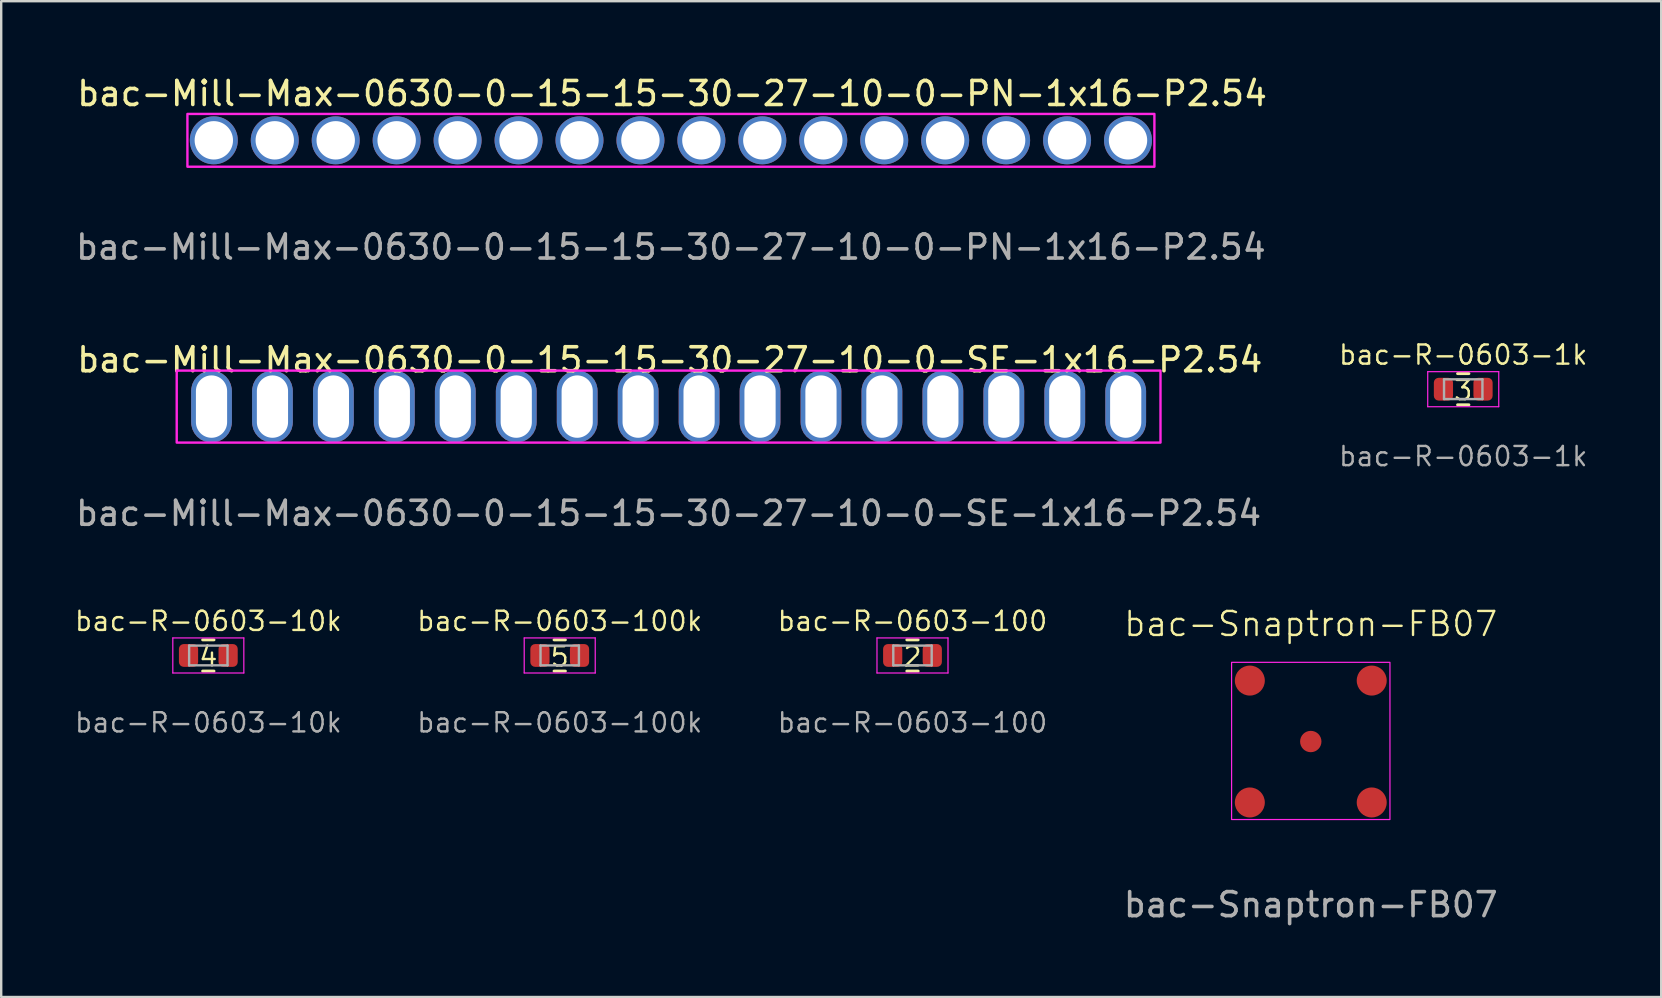
<source format=kicad_pcb>
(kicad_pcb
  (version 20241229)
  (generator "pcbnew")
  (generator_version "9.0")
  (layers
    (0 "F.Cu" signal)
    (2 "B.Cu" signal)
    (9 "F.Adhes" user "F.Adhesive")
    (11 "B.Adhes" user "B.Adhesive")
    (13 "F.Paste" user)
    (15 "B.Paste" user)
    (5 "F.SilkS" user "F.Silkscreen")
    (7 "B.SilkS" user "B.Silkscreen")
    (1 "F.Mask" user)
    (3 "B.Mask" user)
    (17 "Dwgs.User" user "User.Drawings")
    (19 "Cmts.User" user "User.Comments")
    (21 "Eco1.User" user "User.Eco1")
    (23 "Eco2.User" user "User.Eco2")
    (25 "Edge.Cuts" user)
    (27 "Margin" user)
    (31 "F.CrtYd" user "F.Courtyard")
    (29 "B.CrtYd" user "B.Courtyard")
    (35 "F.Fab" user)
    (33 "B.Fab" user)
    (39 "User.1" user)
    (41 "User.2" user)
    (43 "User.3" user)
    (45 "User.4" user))
  (footprint "bac-R-0603-100k"
    (layer "F.Cu")
    (at 20.277 24.267)
    (property "Reference" "bac-R-0603-100k" (at 0 -1.43 0) (layer "F.SilkS") (effects (font (size 0.8 0.8) (thickness 0.1))))
    (attr smd)
    (fp_line (start -0.237 -0.65) (end 0.237 -0.65) (stroke (width 0.12) (type solid)) (layer "F.SilkS"))
    (fp_line (start -0.237 0.65) (end 0.237 0.65) (stroke (width 0.12) (type solid)) (layer "F.SilkS"))
    (fp_line (start -1.48 -0.73) (end 1.48 -0.73) (stroke (width 0.05) (type solid)) (layer "F.CrtYd"))
    (fp_line (start -1.48 0.73) (end -1.48 -0.73) (stroke (width 0.05) (type solid)) (layer "F.CrtYd"))
    (fp_line (start 1.48 -0.73) (end 1.48 0.73) (stroke (width 0.05) (type solid)) (layer "F.CrtYd"))
    (fp_line (start 1.48 0.73) (end -1.48 0.73) (stroke (width 0.05) (type solid)) (layer "F.CrtYd"))
    (fp_line (start -0.8 -0.412) (end 0.8 -0.412) (stroke (width 0.1) (type solid)) (layer "F.Fab"))
    (fp_line (start -0.8 0.412) (end -0.8 -0.412) (stroke (width 0.1) (type solid)) (layer "F.Fab"))
    (fp_line (start 0.8 -0.412) (end 0.8 0.412) (stroke (width 0.1) (type solid)) (layer "F.Fab"))
    (fp_line (start 0.8 0.412) (end -0.8 0.412) (stroke (width 0.1) (type solid)) (layer "F.Fab"))
    (fp_text user "5" (at 0 0.05 0) (unlocked yes) (layer "F.SilkS") (effects (font (size 0.8 0.8) (thickness 0.1))))
    (fp_text user "${REFERENCE}" (at 0 2.8 0) (layer "F.Fab") (effects (font (size 0.8 0.8) (thickness 0.1))))
    (pad "1" smd roundrect (at -0.825 0) (size 0.8 0.95) (layers "F.Cu" "F.Mask" "F.Paste") (roundrect_rratio 0.25))
    (pad "2" smd roundrect (at 0.825 0) (size 0.8 0.95) (layers "F.Cu" "F.Mask" "F.Paste") (roundrect_rratio 0.25)))
  (footprint "bac-R-0603-1k"
    (layer "F.Cu")
    (at 57.932 13.17)
    (property "Reference" "bac-R-0603-1k" (at 0 -1.43 0) (layer "F.SilkS") (effects (font (size 0.8 0.8) (thickness 0.1))))
    (attr smd)
    (fp_line (start -0.237 -0.65) (end 0.237 -0.65) (stroke (width 0.12) (type solid)) (layer "F.SilkS"))
    (fp_line (start -0.237 0.65) (end 0.237 0.65) (stroke (width 0.12) (type solid)) (layer "F.SilkS"))
    (fp_line (start -1.48 -0.73) (end 1.48 -0.73) (stroke (width 0.05) (type solid)) (layer "F.CrtYd"))
    (fp_line (start -1.48 0.73) (end -1.48 -0.73) (stroke (width 0.05) (type solid)) (layer "F.CrtYd"))
    (fp_line (start 1.48 -0.73) (end 1.48 0.73) (stroke (width 0.05) (type solid)) (layer "F.CrtYd"))
    (fp_line (start 1.48 0.73) (end -1.48 0.73) (stroke (width 0.05) (type solid)) (layer "F.CrtYd"))
    (fp_line (start -0.8 -0.412) (end 0.8 -0.412) (stroke (width 0.1) (type solid)) (layer "F.Fab"))
    (fp_line (start -0.8 0.412) (end -0.8 -0.412) (stroke (width 0.1) (type solid)) (layer "F.Fab"))
    (fp_line (start 0.8 -0.412) (end 0.8 0.412) (stroke (width 0.1) (type solid)) (layer "F.Fab"))
    (fp_line (start 0.8 0.412) (end -0.8 0.412) (stroke (width 0.1) (type solid)) (layer "F.Fab"))
    (fp_text user "3" (at 0 0.05 0) (unlocked yes) (layer "F.SilkS") (effects (font (size 0.8 0.8) (thickness 0.1))))
    (fp_text user "${REFERENCE}" (at 0 2.8 0) (layer "F.Fab") (effects (font (size 0.8 0.8) (thickness 0.1))))
    (pad "1" smd roundrect (at -0.825 0) (size 0.8 0.95) (layers "F.Cu" "F.Mask" "F.Paste") (roundrect_rratio 0.25))
    (pad "2" smd roundrect (at 0.825 0) (size 0.8 0.95) (layers "F.Cu" "F.Mask" "F.Paste") (roundrect_rratio 0.25)))
  (footprint "bac-R-0603-10k"
    (layer "F.Cu")
    (at 5.632 24.267)
    (property "Reference" "bac-R-0603-10k" (at 0 -1.43 0) (layer "F.SilkS") (effects (font (size 0.8 0.8) (thickness 0.1))))
    (attr smd)
    (fp_line (start -0.237 -0.65) (end 0.237 -0.65) (stroke (width 0.12) (type solid)) (layer "F.SilkS"))
    (fp_line (start -0.237 0.65) (end 0.237 0.65) (stroke (width 0.12) (type solid)) (layer "F.SilkS"))
    (fp_line (start -1.48 -0.73) (end 1.48 -0.73) (stroke (width 0.05) (type solid)) (layer "F.CrtYd"))
    (fp_line (start -1.48 0.73) (end -1.48 -0.73) (stroke (width 0.05) (type solid)) (layer "F.CrtYd"))
    (fp_line (start 1.48 -0.73) (end 1.48 0.73) (stroke (width 0.05) (type solid)) (layer "F.CrtYd"))
    (fp_line (start 1.48 0.73) (end -1.48 0.73) (stroke (width 0.05) (type solid)) (layer "F.CrtYd"))
    (fp_line (start -0.8 -0.412) (end 0.8 -0.412) (stroke (width 0.1) (type solid)) (layer "F.Fab"))
    (fp_line (start -0.8 0.412) (end -0.8 -0.412) (stroke (width 0.1) (type solid)) (layer "F.Fab"))
    (fp_line (start 0.8 -0.412) (end 0.8 0.412) (stroke (width 0.1) (type solid)) (layer "F.Fab"))
    (fp_line (start 0.8 0.412) (end -0.8 0.412) (stroke (width 0.1) (type solid)) (layer "F.Fab"))
    (fp_text user "4" (at 0 0.05 0) (unlocked yes) (layer "F.SilkS") (effects (font (size 0.8 0.8) (thickness 0.1))))
    (fp_text user "${REFERENCE}" (at 0 2.8 0) (layer "F.Fab") (effects (font (size 0.8 0.8) (thickness 0.1))))
    (pad "1" smd roundrect (at -0.825 0) (size 0.8 0.95) (layers "F.Cu" "F.Mask" "F.Paste") (roundrect_rratio 0.25))
    (pad "2" smd roundrect (at 0.825 0) (size 0.8 0.95) (layers "F.Cu" "F.Mask" "F.Paste") (roundrect_rratio 0.25)))
  (footprint "bac-Mill-Max-0630-0-15-15-30-27-10-0-PN-1x16-P2.54"
    (layer "F.Cu")
    (at 24.911 2.798)
    (property "Reference" "bac-Mill-Max-0630-0-15-15-30-27-10-0-PN-1x16-P2.54" (at 0.05 -1.95 0) (unlocked yes) (layer "F.SilkS") (effects (font (size 1 1) (thickness 0.15))))
    (attr through_hole)
    (fp_rect (start -20.15 -1.1) (end 20.15 1.1) (stroke (width 0.1) (type default)) (fill no) (layer "F.CrtYd"))
    (fp_text user "${REFERENCE}" (at 0 4.45 0) (unlocked yes) (layer "F.Fab") (effects (font (size 1 1) (thickness 0.15))))
    (pad "1" thru_hole circle (at -19.05 0) (size 2 2) (drill 1.6) (layers "*.Cu" "*.Mask"))
    (pad "2" thru_hole circle (at -16.51 0) (size 2 2) (drill 1.6) (layers "*.Cu" "*.Mask"))
    (pad "3" thru_hole circle (at -13.97 0) (size 2 2) (drill 1.6) (layers "*.Cu" "*.Mask"))
    (pad "4" thru_hole circle (at -11.43 0) (size 2 2) (drill 1.6) (layers "*.Cu" "*.Mask"))
    (pad "5" thru_hole circle (at -8.89 0) (size 2 2) (drill 1.6) (layers "*.Cu" "*.Mask"))
    (pad "6" thru_hole circle (at -6.35 0) (size 2 2) (drill 1.6) (layers "*.Cu" "*.Mask"))
    (pad "7" thru_hole circle (at -3.81 0) (size 2 2) (drill 1.6) (layers "*.Cu" "*.Mask"))
    (pad "8" thru_hole circle (at -1.27 0) (size 2 2) (drill 1.6) (layers "*.Cu" "*.Mask"))
    (pad "9" thru_hole circle (at 1.27 0) (size 2 2) (drill 1.6) (layers "*.Cu" "*.Mask"))
    (pad "10" thru_hole circle (at 3.81 0) (size 2 2) (drill 1.6) (layers "*.Cu" "*.Mask"))
    (pad "11" thru_hole circle (at 6.35 0) (size 2 2) (drill 1.6) (layers "*.Cu" "*.Mask"))
    (pad "12" thru_hole circle (at 8.89 0) (size 2 2) (drill 1.6) (layers "*.Cu" "*.Mask"))
    (pad "13" thru_hole circle (at 11.43 0) (size 2 2) (drill 1.6) (layers "*.Cu" "*.Mask"))
    (pad "14" thru_hole circle (at 13.97 0) (size 2 2) (drill 1.6) (layers "*.Cu" "*.Mask"))
    (pad "15" thru_hole circle (at 16.51 0) (size 2 2) (drill 1.6) (layers "*.Cu" "*.Mask"))
    (pad "16" thru_hole circle (at 19.05 0) (size 2 2) (drill 1.6) (layers "*.Cu" "*.Mask")))
  (footprint "bac-Snaptron-FB07"
    (layer "F.Cu")
    (at 51.578 27.854)
    (property "Reference" "bac-Snaptron-FB07" (at 0 -4.9 0) (unlocked yes) (layer "F.SilkS") (effects (font (size 1 1) (thickness 0.1))))
    (attr smd)
    (fp_rect (start -3.3 -3.3) (end 3.3 3.25) (stroke (width 0.05) (type default)) (fill no) (layer "F.CrtYd"))
    (fp_text user "${REFERENCE}" (at 0 6.8 0) (unlocked yes) (layer "F.Fab") (effects (font (size 1 1) (thickness 0.15))))
    (pad "1" smd circle (at -2.54 -2.54) (size 1.25 1.25) (layers "F.Cu" "F.Mask" "F.Paste"))
    (pad "1" smd circle (at -2.54 2.54) (size 1.25 1.25) (layers "F.Cu" "F.Mask" "F.Paste"))
    (pad "1" smd circle (at 0 0) (size 0.89 0.89) (layers "F.Cu" "F.Mask" "F.Paste"))
    (pad "1" smd circle (at 2.54 -2.54) (size 1.25 1.25) (layers "F.Cu" "F.Mask" "F.Paste"))
    (pad "1" smd circle (at 2.54 2.54) (size 1.25 1.25) (layers "F.Cu" "F.Mask" "F.Paste")))
  (footprint "bac-R-0603-100"
    (layer "F.Cu")
    (at 34.979 24.267)
    (property "Reference" "bac-R-0603-100" (at 0 -1.43 0) (layer "F.SilkS") (effects (font (size 0.8 0.8) (thickness 0.1))))
    (attr smd)
    (fp_line (start -0.237 -0.65) (end 0.237 -0.65) (stroke (width 0.12) (type solid)) (layer "F.SilkS"))
    (fp_line (start -0.237 0.65) (end 0.237 0.65) (stroke (width 0.12) (type solid)) (layer "F.SilkS"))
    (fp_line (start -1.48 -0.73) (end 1.48 -0.73) (stroke (width 0.05) (type solid)) (layer "F.CrtYd"))
    (fp_line (start -1.48 0.73) (end -1.48 -0.73) (stroke (width 0.05) (type solid)) (layer "F.CrtYd"))
    (fp_line (start 1.48 -0.73) (end 1.48 0.73) (stroke (width 0.05) (type solid)) (layer "F.CrtYd"))
    (fp_line (start 1.48 0.73) (end -1.48 0.73) (stroke (width 0.05) (type solid)) (layer "F.CrtYd"))
    (fp_line (start -0.8 -0.412) (end 0.8 -0.412) (stroke (width 0.1) (type solid)) (layer "F.Fab"))
    (fp_line (start -0.8 0.412) (end -0.8 -0.412) (stroke (width 0.1) (type solid)) (layer "F.Fab"))
    (fp_line (start 0.8 -0.412) (end 0.8 0.412) (stroke (width 0.1) (type solid)) (layer "F.Fab"))
    (fp_line (start 0.8 0.412) (end -0.8 0.412) (stroke (width 0.1) (type solid)) (layer "F.Fab"))
    (fp_text user "2" (at 0 0.05 0) (unlocked yes) (layer "F.SilkS") (effects (font (size 0.8 0.8) (thickness 0.1))))
    (fp_text user "${REFERENCE}" (at 0 2.8 0) (layer "F.Fab") (effects (font (size 0.8 0.8) (thickness 0.1))))
    (pad "1" smd roundrect (at -0.825 0) (size 0.8 0.95) (layers "F.Cu" "F.Mask" "F.Paste") (roundrect_rratio 0.25))
    (pad "2" smd roundrect (at 0.825 0) (size 0.8 0.95) (layers "F.Cu" "F.Mask" "F.Paste") (roundrect_rratio 0.25)))
  (footprint "bac-Mill-Max-0630-0-15-15-30-27-10-0-SE-1x16-P2.54"
    (layer "F.Cu")
    (at 24.815 13.895)
    (property "Reference" "bac-Mill-Max-0630-0-15-15-30-27-10-0-SE-1x16-P2.54" (at 0.05 -1.95 0) (unlocked yes) (layer "F.SilkS") (effects (font (size 1 1) (thickness 0.15))))
    (attr through_hole)
    (fp_rect (start -20.5 -1.5) (end 20.5 1.5) (stroke (width 0.1) (type default)) (fill no) (layer "F.CrtYd"))
    (fp_text user "${REFERENCE}" (at 0 4.45 0) (unlocked yes) (layer "F.Fab") (effects (font (size 1 1) (thickness 0.15))))
    (pad "1" thru_hole roundrect (at -19.05 0) (size 1.7 3) (drill oval 1.3 2.6) (layers "*.Cu" "*.Mask") (roundrect_rratio 0.5))
    (pad "2" thru_hole roundrect (at -16.51 0) (size 1.7 3) (drill oval 1.3 2.6) (layers "*.Cu" "*.Mask") (roundrect_rratio 0.5))
    (pad "3" thru_hole roundrect (at -13.97 0) (size 1.7 3) (drill oval 1.3 2.6) (layers "*.Cu" "*.Mask") (roundrect_rratio 0.5))
    (pad "4" thru_hole roundrect (at -11.43 0) (size 1.7 3) (drill oval 1.3 2.6) (layers "*.Cu" "*.Mask") (roundrect_rratio 0.5))
    (pad "5" thru_hole roundrect (at -8.89 0) (size 1.7 3) (drill oval 1.3 2.6) (layers "*.Cu" "*.Mask") (roundrect_rratio 0.5))
    (pad "6" thru_hole roundrect (at -6.35 0) (size 1.7 3) (drill oval 1.3 2.6) (layers "*.Cu" "*.Mask") (roundrect_rratio 0.5))
    (pad "7" thru_hole roundrect (at -3.81 0) (size 1.7 3) (drill oval 1.3 2.6) (layers "*.Cu" "*.Mask") (roundrect_rratio 0.5))
    (pad "8" thru_hole roundrect (at -1.27 0) (size 1.7 3) (drill oval 1.3 2.6) (layers "*.Cu" "*.Mask") (roundrect_rratio 0.5))
    (pad "9" thru_hole roundrect (at 1.27 0) (size 1.7 3) (drill oval 1.3 2.6) (layers "*.Cu" "*.Mask") (roundrect_rratio 0.5))
    (pad "10" thru_hole roundrect (at 3.81 0) (size 1.7 3) (drill oval 1.3 2.6) (layers "*.Cu" "*.Mask") (roundrect_rratio 0.5))
    (pad "11" thru_hole roundrect (at 6.35 0) (size 1.7 3) (drill oval 1.3 2.6) (layers "*.Cu" "*.Mask") (roundrect_rratio 0.5))
    (pad "12" thru_hole roundrect (at 8.89 0) (size 1.7 3) (drill oval 1.3 2.6) (layers "*.Cu" "*.Mask") (roundrect_rratio 0.5))
    (pad "13" thru_hole roundrect (at 11.43 0) (size 1.7 3) (drill oval 1.3 2.6) (layers "*.Cu" "*.Mask") (roundrect_rratio 0.5))
    (pad "14" thru_hole roundrect (at 13.97 0) (size 1.7 3) (drill oval 1.3 2.6) (layers "*.Cu" "*.Mask") (roundrect_rratio 0.5))
    (pad "15" thru_hole roundrect (at 16.51 0) (size 1.7 3) (drill oval 1.3 2.6) (layers "*.Cu" "*.Mask") (roundrect_rratio 0.5))
    (pad "16" thru_hole roundrect (at 19.05 0) (size 1.7 3) (drill oval 1.3 2.6) (layers "*.Cu" "*.Mask") (roundrect_rratio 0.5)))
  (gr_rect
    (start -3 -3)
    (end 66.183 38.502)
    (stroke (width 0.1) (type default))
    (fill no)
    (layer "Edge.Cuts")))
</source>
